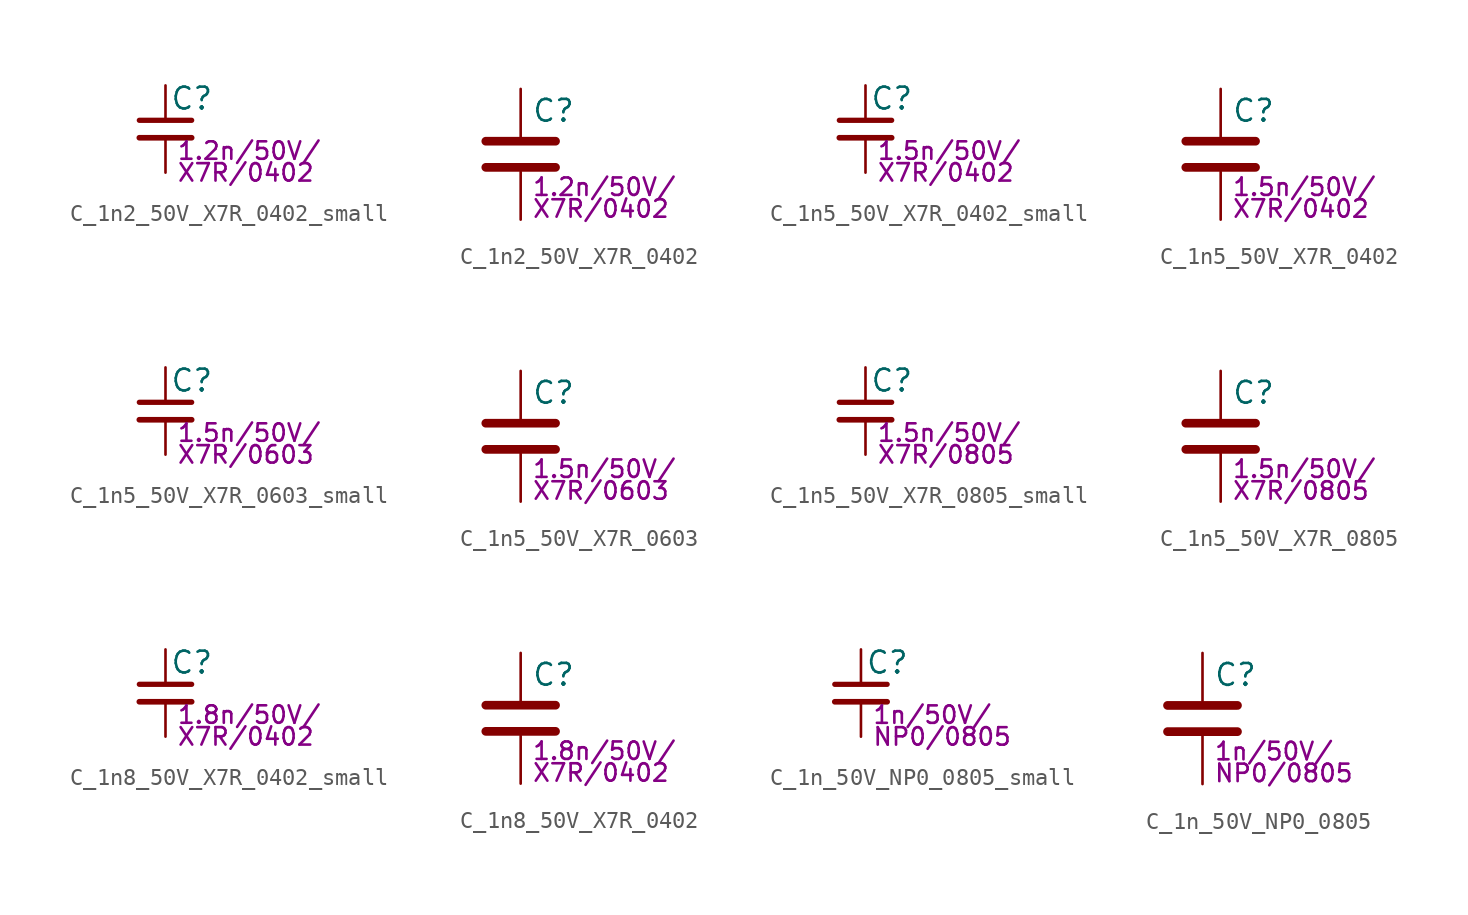
<source format=kicad_sym>
(kicad_symbol_lib
  (version 20211014)
  (generator kicad_symbol_editor)
  (symbol "C_1n2_50V_X7R_0402_small"
    (pin_numbers hide)
    (pin_names
      (offset 0.254) hide)
    (property "Reference" "C"
      (at 0.254 1.778 0)
      (effects (font (size 1.27 1.27)) (justify left)))
    (property "Params" "1.2n/50V/"
      (at 0.635 -1.27 0)
      (effects (font (size 1.016 1.016)) (justify left)))
    (property "Params2" "X7R/0402"
      (at 0.635 -2.54 0)
      (effects (font (size 1.016 1.016)) (justify left)))
    (symbol "C_1n2_50V_X7R_0402_small_0_1"
      (polyline (pts (xy -1.524 -0.508) (xy 1.524 -0.508)) (stroke (width 0.33) (type default) (color 0 0 0 0)) (fill (type none)))
      (polyline (pts (xy -1.524 0.508) (xy 1.524 0.508)) (stroke (width 0.305) (type default) (color 0 0 0 0)) (fill (type none))))
    (symbol "C_1n2_50V_X7R_0402_small_1_1"
      (pin passive line (at 0 2.54 270) (length 2.032) (name "~" (effects (font (size 1.27 1.27)))) (number "1" (effects (font (size 1.27 1.27)))))
      (pin passive line (at 0 -2.54 90) (length 2.032) (name "~" (effects (font (size 1.27 1.27)))) (number "2" (effects (font (size 1.27 1.27)))))))
  (symbol "C_1n2_50V_X7R_0402"
    (pin_numbers hide)
    (pin_names
      (offset 0.254))
    (property "Reference" "C"
      (at 0.635 2.54 0)
      (effects (font (size 1.27 1.27)) (justify left)))
    (property "Params" "1.2n/50V/"
      (at 0.635 -1.905 0)
      (effects (font (size 1.016 1.016)) (justify left)))
    (property "Params2" "X7R/0402"
      (at 0.635 -3.175 0)
      (effects (font (size 1.016 1.016)) (justify left)))
    (symbol "C_1n2_50V_X7R_0402_0_1"
      (polyline (pts (xy -2.032 -0.762) (xy 2.032 -0.762)) (stroke (width 0.508) (type default) (color 0 0 0 0)) (fill (type none)))
      (polyline (pts (xy -2.032 0.762) (xy 2.032 0.762)) (stroke (width 0.508) (type default) (color 0 0 0 0)) (fill (type none))))
    (symbol "C_1n2_50V_X7R_0402_1_1"
      (pin passive line (at 0 3.81 270) (length 2.794) (name "~" (effects (font (size 1.27 1.27)))) (number "1" (effects (font (size 1.27 1.27)))))
      (pin passive line (at 0 -3.81 90) (length 2.794) (name "~" (effects (font (size 1.27 1.27)))) (number "2" (effects (font (size 1.27 1.27)))))))
  (symbol "C_1n5_50V_X7R_0402_small"
    (pin_numbers hide)
    (pin_names
      (offset 0.254) hide)
    (property "Reference" "C"
      (at 0.254 1.778 0)
      (effects (font (size 1.27 1.27)) (justify left)))
    (property "Params" "1.5n/50V/"
      (at 0.635 -1.27 0)
      (effects (font (size 1.016 1.016)) (justify left)))
    (property "Params2" "X7R/0402"
      (at 0.635 -2.54 0)
      (effects (font (size 1.016 1.016)) (justify left)))
    (symbol "C_1n5_50V_X7R_0402_small_0_1"
      (polyline (pts (xy -1.524 -0.508) (xy 1.524 -0.508)) (stroke (width 0.33) (type default) (color 0 0 0 0)) (fill (type none)))
      (polyline (pts (xy -1.524 0.508) (xy 1.524 0.508)) (stroke (width 0.305) (type default) (color 0 0 0 0)) (fill (type none))))
    (symbol "C_1n5_50V_X7R_0402_small_1_1"
      (pin passive line (at 0 2.54 270) (length 2.032) (name "~" (effects (font (size 1.27 1.27)))) (number "1" (effects (font (size 1.27 1.27)))))
      (pin passive line (at 0 -2.54 90) (length 2.032) (name "~" (effects (font (size 1.27 1.27)))) (number "2" (effects (font (size 1.27 1.27)))))))
  (symbol "C_1n5_50V_X7R_0402"
    (pin_numbers hide)
    (pin_names
      (offset 0.254))
    (property "Reference" "C"
      (at 0.635 2.54 0)
      (effects (font (size 1.27 1.27)) (justify left)))
    (property "Params" "1.5n/50V/"
      (at 0.635 -1.905 0)
      (effects (font (size 1.016 1.016)) (justify left)))
    (property "Params2" "X7R/0402"
      (at 0.635 -3.175 0)
      (effects (font (size 1.016 1.016)) (justify left)))
    (symbol "C_1n5_50V_X7R_0402_0_1"
      (polyline (pts (xy -2.032 -0.762) (xy 2.032 -0.762)) (stroke (width 0.508) (type default) (color 0 0 0 0)) (fill (type none)))
      (polyline (pts (xy -2.032 0.762) (xy 2.032 0.762)) (stroke (width 0.508) (type default) (color 0 0 0 0)) (fill (type none))))
    (symbol "C_1n5_50V_X7R_0402_1_1"
      (pin passive line (at 0 3.81 270) (length 2.794) (name "~" (effects (font (size 1.27 1.27)))) (number "1" (effects (font (size 1.27 1.27)))))
      (pin passive line (at 0 -3.81 90) (length 2.794) (name "~" (effects (font (size 1.27 1.27)))) (number "2" (effects (font (size 1.27 1.27)))))))
  (symbol "C_1n5_50V_X7R_0603_small"
    (pin_numbers hide)
    (pin_names
      (offset 0.254) hide)
    (property "Reference" "C"
      (at 0.254 1.778 0)
      (effects (font (size 1.27 1.27)) (justify left)))
    (property "Params" "1.5n/50V/"
      (at 0.635 -1.27 0)
      (effects (font (size 1.016 1.016)) (justify left)))
    (property "Params2" "X7R/0603"
      (at 0.635 -2.54 0)
      (effects (font (size 1.016 1.016)) (justify left)))
    (symbol "C_1n5_50V_X7R_0603_small_0_1"
      (polyline (pts (xy -1.524 -0.508) (xy 1.524 -0.508)) (stroke (width 0.33) (type default) (color 0 0 0 0)) (fill (type none)))
      (polyline (pts (xy -1.524 0.508) (xy 1.524 0.508)) (stroke (width 0.305) (type default) (color 0 0 0 0)) (fill (type none))))
    (symbol "C_1n5_50V_X7R_0603_small_1_1"
      (pin passive line (at 0 2.54 270) (length 2.032) (name "~" (effects (font (size 1.27 1.27)))) (number "1" (effects (font (size 1.27 1.27)))))
      (pin passive line (at 0 -2.54 90) (length 2.032) (name "~" (effects (font (size 1.27 1.27)))) (number "2" (effects (font (size 1.27 1.27)))))))
  (symbol "C_1n5_50V_X7R_0603"
    (pin_numbers hide)
    (pin_names
      (offset 0.254))
    (property "Reference" "C"
      (at 0.635 2.54 0)
      (effects (font (size 1.27 1.27)) (justify left)))
    (property "Params" "1.5n/50V/"
      (at 0.635 -1.905 0)
      (effects (font (size 1.016 1.016)) (justify left)))
    (property "Params2" "X7R/0603"
      (at 0.635 -3.175 0)
      (effects (font (size 1.016 1.016)) (justify left)))
    (symbol "C_1n5_50V_X7R_0603_0_1"
      (polyline (pts (xy -2.032 -0.762) (xy 2.032 -0.762)) (stroke (width 0.508) (type default) (color 0 0 0 0)) (fill (type none)))
      (polyline (pts (xy -2.032 0.762) (xy 2.032 0.762)) (stroke (width 0.508) (type default) (color 0 0 0 0)) (fill (type none))))
    (symbol "C_1n5_50V_X7R_0603_1_1"
      (pin passive line (at 0 3.81 270) (length 2.794) (name "~" (effects (font (size 1.27 1.27)))) (number "1" (effects (font (size 1.27 1.27)))))
      (pin passive line (at 0 -3.81 90) (length 2.794) (name "~" (effects (font (size 1.27 1.27)))) (number "2" (effects (font (size 1.27 1.27)))))))
  (symbol "C_1n5_50V_X7R_0805_small"
    (pin_numbers hide)
    (pin_names
      (offset 0.254) hide)
    (property "Reference" "C"
      (at 0.254 1.778 0)
      (effects (font (size 1.27 1.27)) (justify left)))
    (property "Params" "1.5n/50V/"
      (at 0.635 -1.27 0)
      (effects (font (size 1.016 1.016)) (justify left)))
    (property "Params2" "X7R/0805"
      (at 0.635 -2.54 0)
      (effects (font (size 1.016 1.016)) (justify left)))
    (symbol "C_1n5_50V_X7R_0805_small_0_1"
      (polyline (pts (xy -1.524 -0.508) (xy 1.524 -0.508)) (stroke (width 0.33) (type default) (color 0 0 0 0)) (fill (type none)))
      (polyline (pts (xy -1.524 0.508) (xy 1.524 0.508)) (stroke (width 0.305) (type default) (color 0 0 0 0)) (fill (type none))))
    (symbol "C_1n5_50V_X7R_0805_small_1_1"
      (pin passive line (at 0 2.54 270) (length 2.032) (name "~" (effects (font (size 1.27 1.27)))) (number "1" (effects (font (size 1.27 1.27)))))
      (pin passive line (at 0 -2.54 90) (length 2.032) (name "~" (effects (font (size 1.27 1.27)))) (number "2" (effects (font (size 1.27 1.27)))))))
  (symbol "C_1n5_50V_X7R_0805"
    (pin_numbers hide)
    (pin_names
      (offset 0.254))
    (property "Reference" "C"
      (at 0.635 2.54 0)
      (effects (font (size 1.27 1.27)) (justify left)))
    (property "Params" "1.5n/50V/"
      (at 0.635 -1.905 0)
      (effects (font (size 1.016 1.016)) (justify left)))
    (property "Params2" "X7R/0805"
      (at 0.635 -3.175 0)
      (effects (font (size 1.016 1.016)) (justify left)))
    (symbol "C_1n5_50V_X7R_0805_0_1"
      (polyline (pts (xy -2.032 -0.762) (xy 2.032 -0.762)) (stroke (width 0.508) (type default) (color 0 0 0 0)) (fill (type none)))
      (polyline (pts (xy -2.032 0.762) (xy 2.032 0.762)) (stroke (width 0.508) (type default) (color 0 0 0 0)) (fill (type none))))
    (symbol "C_1n5_50V_X7R_0805_1_1"
      (pin passive line (at 0 3.81 270) (length 2.794) (name "~" (effects (font (size 1.27 1.27)))) (number "1" (effects (font (size 1.27 1.27)))))
      (pin passive line (at 0 -3.81 90) (length 2.794) (name "~" (effects (font (size 1.27 1.27)))) (number "2" (effects (font (size 1.27 1.27)))))))
  (symbol "C_1n8_50V_X7R_0402_small"
    (pin_numbers hide)
    (pin_names
      (offset 0.254) hide)
    (property "Reference" "C"
      (at 0.254 1.778 0)
      (effects (font (size 1.27 1.27)) (justify left)))
    (property "Params" "1.8n/50V/"
      (at 0.635 -1.27 0)
      (effects (font (size 1.016 1.016)) (justify left)))
    (property "Params2" "X7R/0402"
      (at 0.635 -2.54 0)
      (effects (font (size 1.016 1.016)) (justify left)))
    (symbol "C_1n8_50V_X7R_0402_small_0_1"
      (polyline (pts (xy -1.524 -0.508) (xy 1.524 -0.508)) (stroke (width 0.33) (type default) (color 0 0 0 0)) (fill (type none)))
      (polyline (pts (xy -1.524 0.508) (xy 1.524 0.508)) (stroke (width 0.305) (type default) (color 0 0 0 0)) (fill (type none))))
    (symbol "C_1n8_50V_X7R_0402_small_1_1"
      (pin passive line (at 0 2.54 270) (length 2.032) (name "~" (effects (font (size 1.27 1.27)))) (number "1" (effects (font (size 1.27 1.27)))))
      (pin passive line (at 0 -2.54 90) (length 2.032) (name "~" (effects (font (size 1.27 1.27)))) (number "2" (effects (font (size 1.27 1.27)))))))
  (symbol "C_1n8_50V_X7R_0402"
    (pin_numbers hide)
    (pin_names
      (offset 0.254))
    (property "Reference" "C"
      (at 0.635 2.54 0)
      (effects (font (size 1.27 1.27)) (justify left)))
    (property "Params" "1.8n/50V/"
      (at 0.635 -1.905 0)
      (effects (font (size 1.016 1.016)) (justify left)))
    (property "Params2" "X7R/0402"
      (at 0.635 -3.175 0)
      (effects (font (size 1.016 1.016)) (justify left)))
    (symbol "C_1n8_50V_X7R_0402_0_1"
      (polyline (pts (xy -2.032 -0.762) (xy 2.032 -0.762)) (stroke (width 0.508) (type default) (color 0 0 0 0)) (fill (type none)))
      (polyline (pts (xy -2.032 0.762) (xy 2.032 0.762)) (stroke (width 0.508) (type default) (color 0 0 0 0)) (fill (type none))))
    (symbol "C_1n8_50V_X7R_0402_1_1"
      (pin passive line (at 0 3.81 270) (length 2.794) (name "~" (effects (font (size 1.27 1.27)))) (number "1" (effects (font (size 1.27 1.27)))))
      (pin passive line (at 0 -3.81 90) (length 2.794) (name "~" (effects (font (size 1.27 1.27)))) (number "2" (effects (font (size 1.27 1.27)))))))
  (symbol "C_1n_50V_NP0_0805_small"
    (pin_numbers hide)
    (pin_names
      (offset 0.254) hide)
    (property "Reference" "C"
      (at 0.254 1.778 0)
      (effects (font (size 1.27 1.27)) (justify left)))
    (property "Params" "1n/50V/"
      (at 0.635 -1.27 0)
      (effects (font (size 1.016 1.016)) (justify left)))
    (property "Params2" "NP0/0805"
      (at 0.635 -2.54 0)
      (effects (font (size 1.016 1.016)) (justify left)))
    (symbol "C_1n_50V_NP0_0805_small_0_1"
      (polyline (pts (xy -1.524 -0.508) (xy 1.524 -0.508)) (stroke (width 0.33) (type default) (color 0 0 0 0)) (fill (type none)))
      (polyline (pts (xy -1.524 0.508) (xy 1.524 0.508)) (stroke (width 0.305) (type default) (color 0 0 0 0)) (fill (type none))))
    (symbol "C_1n_50V_NP0_0805_small_1_1"
      (pin passive line (at 0 2.54 270) (length 2.032) (name "~" (effects (font (size 1.27 1.27)))) (number "1" (effects (font (size 1.27 1.27)))))
      (pin passive line (at 0 -2.54 90) (length 2.032) (name "~" (effects (font (size 1.27 1.27)))) (number "2" (effects (font (size 1.27 1.27)))))))
  (symbol "C_1n_50V_NP0_0805"
    (pin_numbers hide)
    (pin_names
      (offset 0.254))
    (property "Reference" "C"
      (at 0.635 2.54 0)
      (effects (font (size 1.27 1.27)) (justify left)))
    (property "Params" "1n/50V/"
      (at 0.635 -1.905 0)
      (effects (font (size 1.016 1.016)) (justify left)))
    (property "Params2" "NP0/0805"
      (at 0.635 -3.175 0)
      (effects (font (size 1.016 1.016)) (justify left)))
    (symbol "C_1n_50V_NP0_0805_0_1"
      (polyline (pts (xy -2.032 -0.762) (xy 2.032 -0.762)) (stroke (width 0.508) (type default) (color 0 0 0 0)) (fill (type none)))
      (polyline (pts (xy -2.032 0.762) (xy 2.032 0.762)) (stroke (width 0.508) (type default) (color 0 0 0 0)) (fill (type none))))
    (symbol "C_1n_50V_NP0_0805_1_1"
      (pin passive line (at 0 3.81 270) (length 2.794) (name "~" (effects (font (size 1.27 1.27)))) (number "1" (effects (font (size 1.27 1.27)))))
      (pin passive line (at 0 -3.81 90) (length 2.794) (name "~" (effects (font (size 1.27 1.27)))) (number "2" (effects (font (size 1.27 1.27))))))))
</source>
